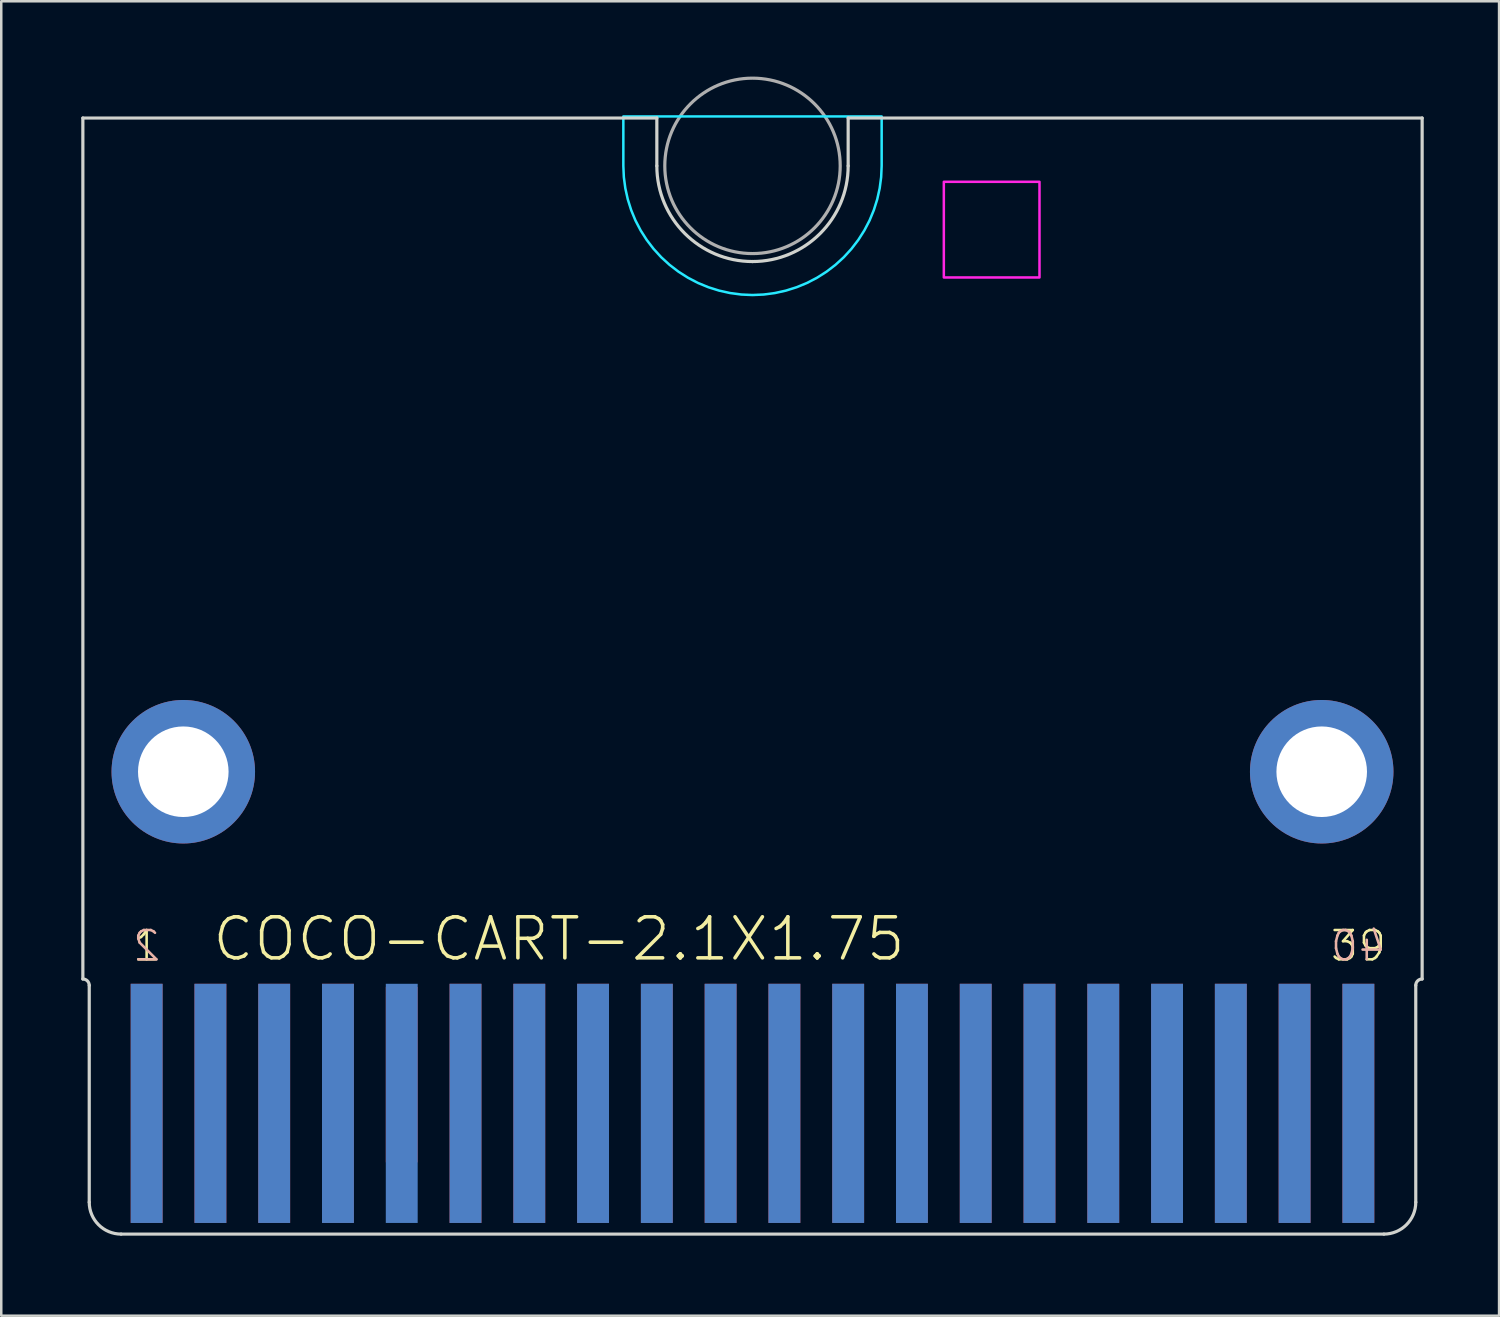
<source format=kicad_pcb>
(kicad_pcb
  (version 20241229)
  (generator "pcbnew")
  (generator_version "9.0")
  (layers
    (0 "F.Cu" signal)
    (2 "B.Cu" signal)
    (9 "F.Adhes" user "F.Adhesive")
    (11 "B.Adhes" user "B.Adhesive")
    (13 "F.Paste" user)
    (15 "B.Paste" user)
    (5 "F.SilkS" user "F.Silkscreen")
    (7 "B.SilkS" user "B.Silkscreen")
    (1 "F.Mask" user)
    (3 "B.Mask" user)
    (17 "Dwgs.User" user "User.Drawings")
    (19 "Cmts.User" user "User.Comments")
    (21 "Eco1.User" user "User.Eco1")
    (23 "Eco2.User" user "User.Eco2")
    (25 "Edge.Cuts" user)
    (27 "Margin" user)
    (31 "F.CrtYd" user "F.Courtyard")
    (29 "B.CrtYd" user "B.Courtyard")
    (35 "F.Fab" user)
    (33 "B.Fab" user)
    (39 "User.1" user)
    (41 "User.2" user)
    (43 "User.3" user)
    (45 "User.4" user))
  (footprint "COCO-CART-2.1X1.75"
    (layer "F.Cu")
    (at 0.25 46.101)
    (property "Reference" "COCO-CART-2.1X1.75" (at 5.08 -10.795 0) (layer "F.SilkS") (effects (font (size 1.636 1.636) (thickness 0.142)) (justify left bottom)))
    (fp_poly (pts (xy 0 0) (xy 53.34 0) (xy 53.34 -10.16) (xy 0 -10.16)) (stroke (width 0) (type solid)) (fill yes) (layer "F.Mask"))
    (fp_poly (pts (xy 0 0) (xy 53.34 0) (xy 53.34 -10.16) (xy 0 -10.16)) (stroke (width 0) (type solid)) (fill yes) (layer "B.Mask"))
    (fp_line (start 0 -44.45) (end 0 -10.16) (stroke (width 0.127) (type solid)) (layer "Edge.Cuts"))
    (fp_line (start 0.254 -9.906) (end 0.254 -1.27) (stroke (width 0.127) (type solid)) (layer "Edge.Cuts"))
    (fp_line (start 1.524 0) (end 51.816 0) (stroke (width 0.127) (type solid)) (layer "Edge.Cuts"))
    (fp_line (start 22.86 -44.45) (end 0 -44.45) (stroke (width 0.127) (type solid)) (layer "Edge.Cuts"))
    (fp_line (start 22.86 -42.545) (end 22.86 -44.45) (stroke (width 0.127) (type solid)) (layer "Edge.Cuts"))
    (fp_line (start 30.48 -44.45) (end 30.48 -42.545) (stroke (width 0.127) (type solid)) (layer "Edge.Cuts"))
    (fp_line (start 53.086 -1.27) (end 53.086 -9.906) (stroke (width 0.127) (type solid)) (layer "Edge.Cuts"))
    (fp_line (start 53.34 -44.45) (end 30.48 -44.45) (stroke (width 0.127) (type solid)) (layer "Edge.Cuts"))
    (fp_line (start 53.34 -10.16) (end 53.34 -44.45) (stroke (width 0.127) (type solid)) (layer "Edge.Cuts"))
    (fp_arc (start 0 -10.16) (mid 0.179605 -10.085605) (end 0.254 -9.906) (stroke (width 0.127) (type solid)) (layer "Edge.Cuts"))
    (fp_arc (start 1.524 0) (mid 0.625974 -0.371974) (end 0.254 -1.27) (stroke (width 0.127) (type solid)) (layer "Edge.Cuts"))
    (fp_arc (start 26.67 -38.735) (mid 23.975923 -39.850923) (end 22.86 -42.545) (stroke (width 0.127) (type solid)) (layer "Edge.Cuts"))
    (fp_arc (start 30.48 -42.545) (mid 29.364077 -39.850923) (end 26.67 -38.735) (stroke (width 0.127) (type solid)) (layer "Edge.Cuts"))
    (fp_arc (start 53.086 -9.906) (mid 53.160395 -10.085605) (end 53.34 -10.16) (stroke (width 0.127) (type solid)) (layer "Edge.Cuts"))
    (fp_arc (start 53.086 -1.27) (mid 52.714026 -0.371974) (end 51.816 0) (stroke (width 0.127) (type solid)) (layer "Edge.Cuts"))
    (fp_poly (pts (xy 31.814 -42.544) (xy 31.794 -42.097) (xy 31.735 -41.652) (xy 31.638 -41.214) (xy 31.503 -40.786) (xy 31.332 -40.371) (xy 31.124 -39.973) (xy 30.883 -39.595) (xy 30.61 -39.239) (xy 30.307 -38.908) (xy 29.976 -38.605) (xy 29.62 -38.332) (xy 29.242 -38.091) (xy 28.844 -37.883) (xy 28.429 -37.712) (xy 28.001 -37.577) (xy 27.563 -37.48) (xy 27.118 -37.421) (xy 26.67 -37.401) (xy 26.222 -37.421) (xy 25.777 -37.48) (xy 25.339 -37.577) (xy 24.911 -37.712) (xy 24.496 -37.883) (xy 24.098 -38.091) (xy 23.72 -38.332) (xy 23.364 -38.605) (xy 23.033 -38.908) (xy 22.73 -39.239) (xy 22.457 -39.595) (xy 22.216 -39.973) (xy 22.008 -40.371) (xy 21.837 -40.786) (xy 21.702 -41.214) (xy 21.605 -41.652) (xy 21.546 -42.097) (xy 21.526 -42.544) (xy 21.526 -44.514) (xy 31.814 -44.514)) (stroke (width 0.1) (type solid)) (fill no) (layer "B.CrtYd"))
    (fp_poly (pts (xy 34.29 -38.1) (xy 38.1 -38.1) (xy 38.1 -41.91) (xy 34.29 -41.91)) (stroke (width 0.1) (type solid)) (fill no) (layer "F.CrtYd"))
    (fp_circle (center 26.67 -42.545) (end 30.163 -42.545) (stroke (width 0.127) (type solid)) (fill no) (layer "F.Fab"))
    (fp_text user "1" (at 2.54 -10.795 0) (layer "F.SilkS") (effects (font (size 1.168 1.168) (thickness 0.102)) (justify bottom)))
    (fp_text user "39" (at 50.8 -10.795 0) (layer "F.SilkS") (effects (font (size 1.168 1.168) (thickness 0.102)) (justify bottom)))
    (fp_text user "40" (at 50.8 -10.795 0) (layer "B.SilkS") (effects (font (size 1.168 1.168) (thickness 0.102)) (justify bottom mirror)))
    (fp_text user "2" (at 2.54 -10.795 0) (layer "B.SilkS") (effects (font (size 1.168 1.168) (thickness 0.102)) (justify bottom mirror)))
    (pad "1" smd rect (at 2.54 -5.207) (size 1.27 9.525) (layers "F.Cu" "F.Mask"))
    (pad "2" smd rect (at 2.54 -5.207) (size 1.27 9.525) (layers "B.Cu" "B.Mask"))
    (pad "3" smd rect (at 5.08 -5.207) (size 1.27 9.525) (layers "F.Cu" "F.Mask"))
    (pad "4" smd rect (at 5.08 -5.207) (size 1.27 9.525) (layers "B.Cu" "B.Mask"))
    (pad "5" smd rect (at 7.62 -5.207) (size 1.27 9.525) (layers "F.Cu" "F.Mask"))
    (pad "6" smd rect (at 7.62 -5.207) (size 1.27 9.525) (layers "B.Cu" "B.Mask"))
    (pad "7" smd rect (at 10.16 -5.207) (size 1.27 9.525) (layers "F.Cu" "F.Mask"))
    (pad "8" smd rect (at 10.16 -5.207) (size 1.27 9.525) (layers "B.Cu" "B.Mask"))
    (pad "9" smd rect (at 12.7 -6.35) (size 1.27 6.985) (layers "F.Cu" "F.Mask"))
    (pad "10" smd rect (at 12.7 -5.207) (size 1.27 9.525) (layers "B.Cu" "B.Mask"))
    (pad "11" smd rect (at 15.24 -5.207) (size 1.27 9.525) (layers "F.Cu" "F.Mask"))
    (pad "12" smd rect (at 15.24 -5.207) (size 1.27 9.525) (layers "B.Cu" "B.Mask"))
    (pad "13" smd rect (at 17.78 -5.207) (size 1.27 9.525) (layers "F.Cu" "F.Mask"))
    (pad "14" smd rect (at 17.78 -5.207) (size 1.27 9.525) (layers "B.Cu" "B.Mask"))
    (pad "15" smd rect (at 20.32 -5.207) (size 1.27 9.525) (layers "F.Cu" "F.Mask"))
    (pad "16" smd rect (at 20.32 -5.207) (size 1.27 9.525) (layers "B.Cu" "B.Mask"))
    (pad "17" smd rect (at 22.86 -5.207) (size 1.27 9.525) (layers "F.Cu" "F.Mask"))
    (pad "18" smd rect (at 22.86 -5.207) (size 1.27 9.525) (layers "B.Cu" "B.Mask"))
    (pad "19" smd rect (at 25.4 -5.207) (size 1.27 9.525) (layers "F.Cu" "F.Mask"))
    (pad "20" smd rect (at 25.4 -5.207) (size 1.27 9.525) (layers "B.Cu" "B.Mask"))
    (pad "21" smd rect (at 27.94 -5.207) (size 1.27 9.525) (layers "F.Cu" "F.Mask"))
    (pad "22" smd rect (at 27.94 -5.207) (size 1.27 9.525) (layers "B.Cu" "B.Mask"))
    (pad "23" smd rect (at 30.48 -5.207) (size 1.27 9.525) (layers "F.Cu" "F.Mask"))
    (pad "24" smd rect (at 30.48 -5.207) (size 1.27 9.525) (layers "B.Cu" "B.Mask"))
    (pad "25" smd rect (at 33.02 -5.207) (size 1.27 9.525) (layers "F.Cu" "F.Mask"))
    (pad "26" smd rect (at 33.02 -5.207) (size 1.27 9.525) (layers "B.Cu" "B.Mask"))
    (pad "27" smd rect (at 35.56 -5.207) (size 1.27 9.525) (layers "F.Cu" "F.Mask"))
    (pad "28" smd rect (at 35.56 -5.207) (size 1.27 9.525) (layers "B.Cu" "B.Mask"))
    (pad "29" smd rect (at 38.1 -5.207) (size 1.27 9.525) (layers "F.Cu" "F.Mask"))
    (pad "30" smd rect (at 38.1 -5.207) (size 1.27 9.525) (layers "B.Cu" "B.Mask"))
    (pad "31" smd rect (at 40.64 -5.207) (size 1.27 9.525) (layers "F.Cu" "F.Mask"))
    (pad "32" smd rect (at 40.64 -5.207) (size 1.27 9.525) (layers "B.Cu" "B.Mask"))
    (pad "33" smd rect (at 43.18 -5.207) (size 1.27 9.525) (layers "F.Cu" "F.Mask"))
    (pad "34" smd rect (at 43.18 -5.207) (size 1.27 9.525) (layers "B.Cu" "B.Mask"))
    (pad "35" smd rect (at 45.72 -5.207) (size 1.27 9.525) (layers "F.Cu" "F.Mask"))
    (pad "36" smd rect (at 45.72 -5.207) (size 1.27 9.525) (layers "B.Cu" "B.Mask"))
    (pad "37" smd rect (at 48.26 -5.207) (size 1.27 9.525) (layers "F.Cu" "F.Mask"))
    (pad "38" smd rect (at 48.26 -5.207) (size 1.27 9.525) (layers "B.Cu" "B.Mask"))
    (pad "39" smd rect (at 50.8 -5.207) (size 1.27 9.525) (layers "F.Cu" "F.Mask"))
    (pad "40" smd rect (at 50.8 -5.207) (size 1.27 9.525) (layers "B.Cu" "B.Mask"))
    (pad "MTG1" thru_hole circle (at 4 -18.415) (size 5.715 5.715) (drill 3.607) (layers "*.Cu" "*.Mask"))
    (pad "MTG2" thru_hole circle (at 49.34 -18.415) (size 5.715 5.715) (drill 3.607) (layers "*.Cu" "*.Mask"))
    (zone (net_name "") (layer "F.Cu") (hatch edge 0.508) (connect_pads) (min_thickness 0.254) (filled_areas_thickness no) (keepout (tracks not_allowed) (vias not_allowed) (pads not_allowed) (copperpour not_allowed) (footprints allowed)) (placement (enabled no)) (fill) (polygon (pts (xy 0.25 46.101) (xy 2.155 46.101) (xy 2.155 35.941) (xy 0.25 35.941))))
    (zone (net_name "") (layer "F.Cu") (hatch edge 0.508) (connect_pads) (min_thickness 0.254) (filled_areas_thickness no) (keepout (tracks not_allowed) (vias not_allowed) (pads not_allowed) (copperpour not_allowed) (footprints allowed)) (placement (enabled no)) (fill) (polygon (pts (xy 3.425 46.101) (xy 4.695 46.101) (xy 4.695 35.941) (xy 3.425 35.941))))
    (zone (net_name "") (layer "F.Cu") (hatch edge 0.508) (connect_pads) (min_thickness 0.254) (filled_areas_thickness no) (keepout (tracks not_allowed) (vias not_allowed) (pads not_allowed) (copperpour not_allowed) (footprints allowed)) (placement (enabled no)) (fill) (polygon (pts (xy 5.965 46.101) (xy 7.235 46.101) (xy 7.235 35.941) (xy 5.965 35.941))))
    (zone (net_name "") (layer "F.Cu") (hatch edge 0.508) (connect_pads) (min_thickness 0.254) (filled_areas_thickness no) (keepout (tracks not_allowed) (vias not_allowed) (pads not_allowed) (copperpour not_allowed) (footprints allowed)) (placement (enabled no)) (fill) (polygon (pts (xy 8.505 46.101) (xy 9.775 46.101) (xy 9.775 35.941) (xy 8.505 35.941))))
    (zone (net_name "") (layer "F.Cu") (hatch edge 0.508) (connect_pads) (min_thickness 0.254) (filled_areas_thickness no) (keepout (tracks not_allowed) (vias not_allowed) (pads not_allowed) (copperpour not_allowed) (footprints allowed)) (placement (enabled no)) (fill) (polygon (pts (xy 11.045 46.101) (xy 12.315 46.101) (xy 12.315 35.941) (xy 11.045 35.941))))
    (zone (net_name "") (layer "F.Cu") (hatch edge 0.508) (connect_pads) (min_thickness 0.254) (filled_areas_thickness no) (keepout (tracks not_allowed) (vias not_allowed) (pads not_allowed) (copperpour not_allowed) (footprints allowed)) (placement (enabled no)) (fill) (polygon (pts (xy 13.585 46.101) (xy 14.855 46.101) (xy 14.855 35.941) (xy 13.585 35.941))))
    (zone (net_name "") (layer "F.Cu") (hatch edge 0.508) (connect_pads) (min_thickness 0.254) (filled_areas_thickness no) (keepout (tracks not_allowed) (vias not_allowed) (pads not_allowed) (copperpour not_allowed) (footprints allowed)) (placement (enabled no)) (fill) (polygon (pts (xy 16.125 46.101) (xy 17.395 46.101) (xy 17.395 35.941) (xy 16.125 35.941))))
    (zone (net_name "") (layer "F.Cu") (hatch edge 0.508) (connect_pads) (min_thickness 0.254) (filled_areas_thickness no) (keepout (tracks not_allowed) (vias not_allowed) (pads not_allowed) (copperpour not_allowed) (footprints allowed)) (placement (enabled no)) (fill) (polygon (pts (xy 18.665 46.101) (xy 19.935 46.101) (xy 19.935 35.941) (xy 18.665 35.941))))
    (zone (net_name "") (layer "F.Cu") (hatch edge 0.508) (connect_pads) (min_thickness 0.254) (filled_areas_thickness no) (keepout (tracks not_allowed) (vias not_allowed) (pads not_allowed) (copperpour not_allowed) (footprints allowed)) (placement (enabled no)) (fill) (polygon (pts (xy 21.205 46.101) (xy 22.475 46.101) (xy 22.475 35.941) (xy 21.205 35.941))))
    (zone (net_name "") (layer "F.Cu") (hatch edge 0.508) (connect_pads) (min_thickness 0.254) (filled_areas_thickness no) (keepout (tracks not_allowed) (vias not_allowed) (pads not_allowed) (copperpour not_allowed) (footprints allowed)) (placement (enabled no)) (fill) (polygon (pts (xy 23.745 46.101) (xy 25.015 46.101) (xy 25.015 35.941) (xy 23.745 35.941))))
    (zone (net_name "") (layer "F.Cu") (hatch edge 0.508) (connect_pads) (min_thickness 0.254) (filled_areas_thickness no) (keepout (tracks not_allowed) (vias not_allowed) (pads not_allowed) (copperpour not_allowed) (footprints allowed)) (placement (enabled no)) (fill) (polygon (pts (xy 26.285 46.101) (xy 27.555 46.101) (xy 27.555 35.941) (xy 26.285 35.941))))
    (zone (net_name "") (layer "F.Cu") (hatch edge 0.508) (connect_pads) (min_thickness 0.254) (filled_areas_thickness no) (keepout (tracks not_allowed) (vias not_allowed) (pads not_allowed) (copperpour not_allowed) (footprints allowed)) (placement (enabled no)) (fill) (polygon (pts (xy 28.825 46.101) (xy 30.095 46.101) (xy 30.095 35.941) (xy 28.825 35.941))))
    (zone (net_name "") (layer "F.Cu") (hatch edge 0.508) (connect_pads) (min_thickness 0.254) (filled_areas_thickness no) (keepout (tracks not_allowed) (vias not_allowed) (pads not_allowed) (copperpour not_allowed) (footprints allowed)) (placement (enabled no)) (fill) (polygon (pts (xy 31.365 46.101) (xy 32.635 46.101) (xy 32.635 35.941) (xy 31.365 35.941))))
    (zone (net_name "") (layer "F.Cu") (hatch edge 0.508) (connect_pads) (min_thickness 0.254) (filled_areas_thickness no) (keepout (tracks not_allowed) (vias not_allowed) (pads not_allowed) (copperpour not_allowed) (footprints allowed)) (placement (enabled no)) (fill) (polygon (pts (xy 33.905 46.101) (xy 35.175 46.101) (xy 35.175 35.941) (xy 33.905 35.941))))
    (zone (net_name "") (layer "F.Cu") (hatch edge 0.508) (connect_pads) (min_thickness 0.254) (filled_areas_thickness no) (keepout (tracks not_allowed) (vias not_allowed) (pads not_allowed) (copperpour not_allowed) (footprints allowed)) (placement (enabled no)) (fill) (polygon (pts (xy 36.445 46.101) (xy 37.715 46.101) (xy 37.715 35.941) (xy 36.445 35.941))))
    (zone (net_name "") (layer "F.Cu") (hatch edge 0.508) (connect_pads) (min_thickness 0.254) (filled_areas_thickness no) (keepout (tracks not_allowed) (vias not_allowed) (pads not_allowed) (copperpour not_allowed) (footprints allowed)) (placement (enabled no)) (fill) (polygon (pts (xy 38.985 46.101) (xy 40.255 46.101) (xy 40.255 35.941) (xy 38.985 35.941))))
    (zone (net_name "") (layer "F.Cu") (hatch edge 0.508) (connect_pads) (min_thickness 0.254) (filled_areas_thickness no) (keepout (tracks not_allowed) (vias not_allowed) (pads not_allowed) (copperpour not_allowed) (footprints allowed)) (placement (enabled no)) (fill) (polygon (pts (xy 41.525 46.101) (xy 42.795 46.101) (xy 42.795 35.941) (xy 41.525 35.941))))
    (zone (net_name "") (layer "F.Cu") (hatch edge 0.508) (connect_pads) (min_thickness 0.254) (filled_areas_thickness no) (keepout (tracks not_allowed) (vias not_allowed) (pads not_allowed) (copperpour not_allowed) (footprints allowed)) (placement (enabled no)) (fill) (polygon (pts (xy 44.065 46.101) (xy 45.335 46.101) (xy 45.335 35.941) (xy 44.065 35.941))))
    (zone (net_name "") (layer "F.Cu") (hatch edge 0.508) (connect_pads) (min_thickness 0.254) (filled_areas_thickness no) (keepout (tracks not_allowed) (vias not_allowed) (pads not_allowed) (copperpour not_allowed) (footprints allowed)) (placement (enabled no)) (fill) (polygon (pts (xy 46.605 46.101) (xy 47.875 46.101) (xy 47.875 35.941) (xy 46.605 35.941))))
    (zone (net_name "") (layer "F.Cu") (hatch edge 0.508) (connect_pads) (min_thickness 0.254) (filled_areas_thickness no) (keepout (tracks not_allowed) (vias not_allowed) (pads not_allowed) (copperpour not_allowed) (footprints allowed)) (placement (enabled no)) (fill) (polygon (pts (xy 49.145 46.101) (xy 50.415 46.101) (xy 50.415 35.941) (xy 49.145 35.941))))
    (zone (net_name "") (layer "F.Cu") (hatch edge 0.508) (connect_pads) (min_thickness 0.254) (filled_areas_thickness no) (keepout (tracks not_allowed) (vias not_allowed) (pads not_allowed) (copperpour not_allowed) (footprints allowed)) (placement (enabled no)) (fill) (polygon (pts (xy 51.685 46.101) (xy 53.59 46.101) (xy 53.59 35.941) (xy 51.685 35.941))))
    (zone (net_name "") (layer "B.Cu") (hatch edge 0.508) (connect_pads) (min_thickness 0.254) (filled_areas_thickness no) (keepout (tracks not_allowed) (vias not_allowed) (pads not_allowed) (copperpour not_allowed) (footprints allowed)) (placement (enabled no)) (fill) (polygon (pts (xy 0.25 46.101) (xy 2.155 46.101) (xy 2.155 35.941) (xy 0.25 35.941))))
    (zone (net_name "") (layer "B.Cu") (hatch edge 0.508) (connect_pads) (min_thickness 0.254) (filled_areas_thickness no) (keepout (tracks not_allowed) (vias not_allowed) (pads not_allowed) (copperpour not_allowed) (footprints allowed)) (placement (enabled no)) (fill) (polygon (pts (xy 3.425 46.101) (xy 4.695 46.101) (xy 4.695 35.941) (xy 3.425 35.941))))
    (zone (net_name "") (layer "B.Cu") (hatch edge 0.508) (connect_pads) (min_thickness 0.254) (filled_areas_thickness no) (keepout (tracks not_allowed) (vias not_allowed) (pads not_allowed) (copperpour not_allowed) (footprints allowed)) (placement (enabled no)) (fill) (polygon (pts (xy 5.965 46.101) (xy 7.235 46.101) (xy 7.235 35.941) (xy 5.965 35.941))))
    (zone (net_name "") (layer "B.Cu") (hatch edge 0.508) (connect_pads) (min_thickness 0.254) (filled_areas_thickness no) (keepout (tracks not_allowed) (vias not_allowed) (pads not_allowed) (copperpour not_allowed) (footprints allowed)) (placement (enabled no)) (fill) (polygon (pts (xy 8.505 46.101) (xy 9.775 46.101) (xy 9.775 35.941) (xy 8.505 35.941))))
    (zone (net_name "") (layer "B.Cu") (hatch edge 0.508) (connect_pads) (min_thickness 0.254) (filled_areas_thickness no) (keepout (tracks not_allowed) (vias not_allowed) (pads not_allowed) (copperpour not_allowed) (footprints allowed)) (placement (enabled no)) (fill) (polygon (pts (xy 11.045 46.101) (xy 12.315 46.101) (xy 12.315 35.941) (xy 11.045 35.941))))
    (zone (net_name "") (layer "B.Cu") (hatch edge 0.508) (connect_pads) (min_thickness 0.254) (filled_areas_thickness no) (keepout (tracks not_allowed) (vias not_allowed) (pads not_allowed) (copperpour not_allowed) (footprints allowed)) (placement (enabled no)) (fill) (polygon (pts (xy 13.585 46.101) (xy 14.855 46.101) (xy 14.855 35.941) (xy 13.585 35.941))))
    (zone (net_name "") (layer "B.Cu") (hatch edge 0.508) (connect_pads) (min_thickness 0.254) (filled_areas_thickness no) (keepout (tracks not_allowed) (vias not_allowed) (pads not_allowed) (copperpour not_allowed) (footprints allowed)) (placement (enabled no)) (fill) (polygon (pts (xy 16.125 46.101) (xy 17.395 46.101) (xy 17.395 35.941) (xy 16.125 35.941))))
    (zone (net_name "") (layer "B.Cu") (hatch edge 0.508) (connect_pads) (min_thickness 0.254) (filled_areas_thickness no) (keepout (tracks not_allowed) (vias not_allowed) (pads not_allowed) (copperpour not_allowed) (footprints allowed)) (placement (enabled no)) (fill) (polygon (pts (xy 18.665 46.101) (xy 19.935 46.101) (xy 19.935 35.941) (xy 18.665 35.941))))
    (zone (net_name "") (layer "B.Cu") (hatch edge 0.508) (connect_pads) (min_thickness 0.254) (filled_areas_thickness no) (keepout (tracks not_allowed) (vias not_allowed) (pads not_allowed) (copperpour not_allowed) (footprints allowed)) (placement (enabled no)) (fill) (polygon (pts (xy 21.205 46.101) (xy 22.475 46.101) (xy 22.475 35.941) (xy 21.205 35.941))))
    (zone (net_name "") (layer "B.Cu") (hatch edge 0.508) (connect_pads) (min_thickness 0.254) (filled_areas_thickness no) (keepout (tracks not_allowed) (vias not_allowed) (pads not_allowed) (copperpour not_allowed) (footprints allowed)) (placement (enabled no)) (fill) (polygon (pts (xy 23.745 46.101) (xy 25.015 46.101) (xy 25.015 35.941) (xy 23.745 35.941))))
    (zone (net_name "") (layer "B.Cu") (hatch edge 0.508) (connect_pads) (min_thickness 0.254) (filled_areas_thickness no) (keepout (tracks not_allowed) (vias not_allowed) (pads not_allowed) (copperpour not_allowed) (footprints allowed)) (placement (enabled no)) (fill) (polygon (pts (xy 26.285 46.101) (xy 27.555 46.101) (xy 27.555 35.941) (xy 26.285 35.941))))
    (zone (net_name "") (layer "B.Cu") (hatch edge 0.508) (connect_pads) (min_thickness 0.254) (filled_areas_thickness no) (keepout (tracks not_allowed) (vias not_allowed) (pads not_allowed) (copperpour not_allowed) (footprints allowed)) (placement (enabled no)) (fill) (polygon (pts (xy 28.825 46.101) (xy 30.095 46.101) (xy 30.095 35.941) (xy 28.825 35.941))))
    (zone (net_name "") (layer "B.Cu") (hatch edge 0.508) (connect_pads) (min_thickness 0.254) (filled_areas_thickness no) (keepout (tracks not_allowed) (vias not_allowed) (pads not_allowed) (copperpour not_allowed) (footprints allowed)) (placement (enabled no)) (fill) (polygon (pts (xy 31.365 46.101) (xy 32.635 46.101) (xy 32.635 35.941) (xy 31.365 35.941))))
    (zone (net_name "") (layer "B.Cu") (hatch edge 0.508) (connect_pads) (min_thickness 0.254) (filled_areas_thickness no) (keepout (tracks not_allowed) (vias not_allowed) (pads not_allowed) (copperpour not_allowed) (footprints allowed)) (placement (enabled no)) (fill) (polygon (pts (xy 33.905 46.101) (xy 35.175 46.101) (xy 35.175 35.941) (xy 33.905 35.941))))
    (zone (net_name "") (layer "B.Cu") (hatch edge 0.508) (connect_pads) (min_thickness 0.254) (filled_areas_thickness no) (keepout (tracks not_allowed) (vias not_allowed) (pads not_allowed) (copperpour not_allowed) (footprints allowed)) (placement (enabled no)) (fill) (polygon (pts (xy 36.445 46.101) (xy 37.715 46.101) (xy 37.715 35.941) (xy 36.445 35.941))))
    (zone (net_name "") (layer "B.Cu") (hatch edge 0.508) (connect_pads) (min_thickness 0.254) (filled_areas_thickness no) (keepout (tracks not_allowed) (vias not_allowed) (pads not_allowed) (copperpour not_allowed) (footprints allowed)) (placement (enabled no)) (fill) (polygon (pts (xy 38.985 46.101) (xy 40.255 46.101) (xy 40.255 35.941) (xy 38.985 35.941))))
    (zone (net_name "") (layer "B.Cu") (hatch edge 0.508) (connect_pads) (min_thickness 0.254) (filled_areas_thickness no) (keepout (tracks not_allowed) (vias not_allowed) (pads not_allowed) (copperpour not_allowed) (footprints allowed)) (placement (enabled no)) (fill) (polygon (pts (xy 41.525 46.101) (xy 42.795 46.101) (xy 42.795 35.941) (xy 41.525 35.941))))
    (zone (net_name "") (layer "B.Cu") (hatch edge 0.508) (connect_pads) (min_thickness 0.254) (filled_areas_thickness no) (keepout (tracks not_allowed) (vias not_allowed) (pads not_allowed) (copperpour not_allowed) (footprints allowed)) (placement (enabled no)) (fill) (polygon (pts (xy 44.065 46.101) (xy 45.335 46.101) (xy 45.335 35.941) (xy 44.065 35.941))))
    (zone (net_name "") (layer "B.Cu") (hatch edge 0.508) (connect_pads) (min_thickness 0.254) (filled_areas_thickness no) (keepout (tracks not_allowed) (vias not_allowed) (pads not_allowed) (copperpour not_allowed) (footprints allowed)) (placement (enabled no)) (fill) (polygon (pts (xy 46.605 46.101) (xy 47.875 46.101) (xy 47.875 35.941) (xy 46.605 35.941))))
    (zone (net_name "") (layer "B.Cu") (hatch edge 0.508) (connect_pads) (min_thickness 0.254) (filled_areas_thickness no) (keepout (tracks not_allowed) (vias not_allowed) (pads not_allowed) (copperpour not_allowed) (footprints allowed)) (placement (enabled no)) (fill) (polygon (pts (xy 49.145 46.101) (xy 50.415 46.101) (xy 50.415 35.941) (xy 49.145 35.941))))
    (zone (net_name "") (layer "B.Cu") (hatch edge 0.508) (connect_pads) (min_thickness 0.254) (filled_areas_thickness no) (keepout (tracks not_allowed) (vias not_allowed) (pads not_allowed) (copperpour not_allowed) (footprints allowed)) (placement (enabled no)) (fill) (polygon (pts (xy 51.685 46.101) (xy 53.59 46.101) (xy 53.59 35.941) (xy 51.685 35.941)))))
  (gr_rect
    (start -3 -3)
    (end 56.654 49.351)
    (stroke (width 0.1) (type default))
    (fill no)
    (layer "Edge.Cuts")))
</source>
